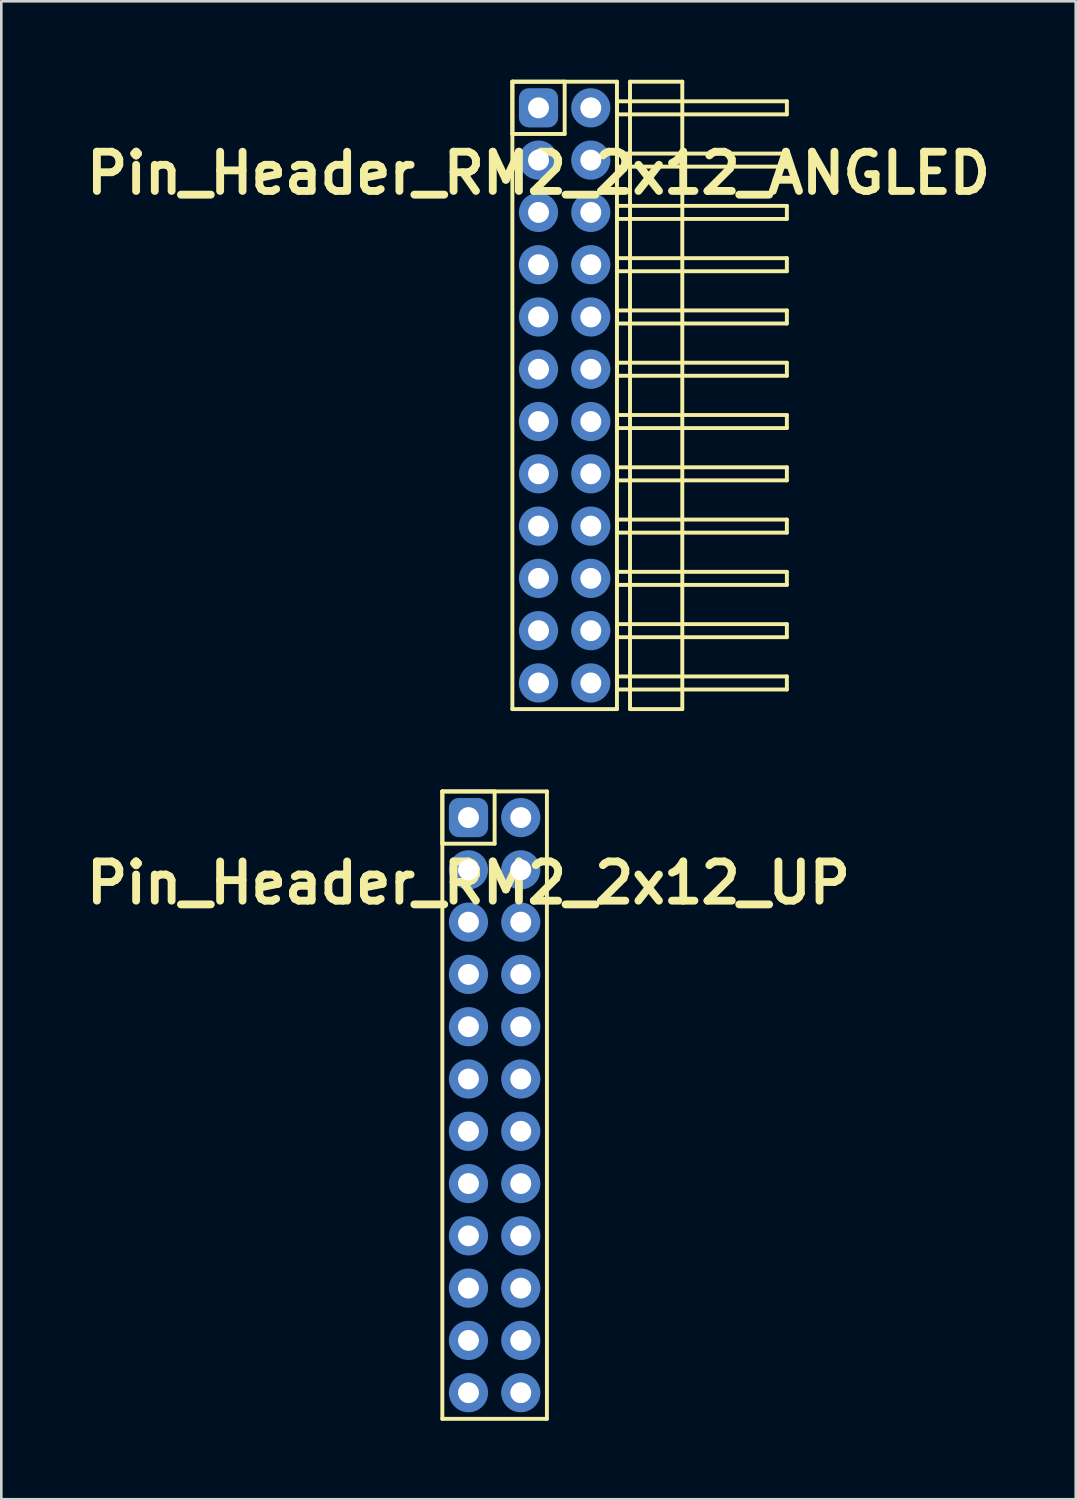
<source format=kicad_pcb>
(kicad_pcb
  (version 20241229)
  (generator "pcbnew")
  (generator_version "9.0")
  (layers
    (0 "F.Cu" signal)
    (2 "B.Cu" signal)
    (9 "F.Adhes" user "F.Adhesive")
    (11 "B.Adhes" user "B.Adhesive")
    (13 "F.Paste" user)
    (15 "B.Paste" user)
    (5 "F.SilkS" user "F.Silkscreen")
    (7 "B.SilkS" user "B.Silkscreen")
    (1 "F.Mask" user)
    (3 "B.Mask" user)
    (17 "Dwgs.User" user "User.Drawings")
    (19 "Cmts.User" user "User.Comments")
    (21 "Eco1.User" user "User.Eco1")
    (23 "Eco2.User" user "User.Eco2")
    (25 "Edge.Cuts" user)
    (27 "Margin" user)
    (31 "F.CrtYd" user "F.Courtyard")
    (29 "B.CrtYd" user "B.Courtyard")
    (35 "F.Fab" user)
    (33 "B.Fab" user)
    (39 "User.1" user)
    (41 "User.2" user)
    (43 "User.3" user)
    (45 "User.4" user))
  (footprint "Pin_Header_RM2_2x12_ANGLED"
    (layer "F.Cu")
    (at 17.55 1.075)
    (property "Reference" "Pin_Header_RM2_2x12_ANGLED" (at 0 2.5 0) (layer "F.SilkS") (effects (font (size 1.5 1.5) (thickness 0.3))))
    (attr through_hole)
    (fp_line (start -1 -1) (end 1 -1) (stroke (width 0.15) (type solid)) (layer "F.SilkS"))
    (fp_line (start -1 -1) (end 3 -1) (stroke (width 0.15) (type solid)) (layer "F.SilkS"))
    (fp_line (start -1 1) (end -1 -1) (stroke (width 0.15) (type solid)) (layer "F.SilkS"))
    (fp_line (start -1 23) (end -1 -1) (stroke (width 0.15) (type solid)) (layer "F.SilkS"))
    (fp_line (start 1 -1) (end 1 1) (stroke (width 0.15) (type solid)) (layer "F.SilkS"))
    (fp_line (start 1 1) (end -1 1) (stroke (width 0.15) (type solid)) (layer "F.SilkS"))
    (fp_line (start 3 -1) (end 3 23) (stroke (width 0.15) (type solid)) (layer "F.SilkS"))
    (fp_line (start 3 -0.25) (end 9.5 -0.25) (stroke (width 0.15) (type solid)) (layer "F.SilkS"))
    (fp_line (start 3 0.25) (end 3 -0.25) (stroke (width 0.15) (type solid)) (layer "F.SilkS"))
    (fp_line (start 3 1.75) (end 9.5 1.75) (stroke (width 0.15) (type solid)) (layer "F.SilkS"))
    (fp_line (start 3 2.25) (end 3 1.75) (stroke (width 0.15) (type solid)) (layer "F.SilkS"))
    (fp_line (start 3 3.75) (end 9.5 3.75) (stroke (width 0.15) (type solid)) (layer "F.SilkS"))
    (fp_line (start 3 4.25) (end 3 3.75) (stroke (width 0.15) (type solid)) (layer "F.SilkS"))
    (fp_line (start 3 5.75) (end 9.5 5.75) (stroke (width 0.15) (type solid)) (layer "F.SilkS"))
    (fp_line (start 3 6.25) (end 3 5.75) (stroke (width 0.15) (type solid)) (layer "F.SilkS"))
    (fp_line (start 3 7.75) (end 9.5 7.75) (stroke (width 0.15) (type solid)) (layer "F.SilkS"))
    (fp_line (start 3 8.25) (end 3 7.75) (stroke (width 0.15) (type solid)) (layer "F.SilkS"))
    (fp_line (start 3 9.75) (end 9.5 9.75) (stroke (width 0.15) (type solid)) (layer "F.SilkS"))
    (fp_line (start 3 10.25) (end 3 9.75) (stroke (width 0.15) (type solid)) (layer "F.SilkS"))
    (fp_line (start 3 11.75) (end 9.5 11.75) (stroke (width 0.15) (type solid)) (layer "F.SilkS"))
    (fp_line (start 3 12.25) (end 3 11.75) (stroke (width 0.15) (type solid)) (layer "F.SilkS"))
    (fp_line (start 3 13.75) (end 9.5 13.75) (stroke (width 0.15) (type solid)) (layer "F.SilkS"))
    (fp_line (start 3 14.25) (end 3 13.75) (stroke (width 0.15) (type solid)) (layer "F.SilkS"))
    (fp_line (start 3 15.75) (end 9.5 15.75) (stroke (width 0.15) (type solid)) (layer "F.SilkS"))
    (fp_line (start 3 16.25) (end 3 15.75) (stroke (width 0.15) (type solid)) (layer "F.SilkS"))
    (fp_line (start 3 17.75) (end 9.5 17.75) (stroke (width 0.15) (type solid)) (layer "F.SilkS"))
    (fp_line (start 3 18.25) (end 3 17.75) (stroke (width 0.15) (type solid)) (layer "F.SilkS"))
    (fp_line (start 3 19.75) (end 9.5 19.75) (stroke (width 0.15) (type solid)) (layer "F.SilkS"))
    (fp_line (start 3 20.25) (end 3 19.75) (stroke (width 0.15) (type solid)) (layer "F.SilkS"))
    (fp_line (start 3 21.75) (end 9.5 21.75) (stroke (width 0.15) (type solid)) (layer "F.SilkS"))
    (fp_line (start 3 22.25) (end 3 21.75) (stroke (width 0.15) (type solid)) (layer "F.SilkS"))
    (fp_line (start 3 23) (end -1 23) (stroke (width 0.15) (type solid)) (layer "F.SilkS"))
    (fp_line (start 3.5 -1) (end 5.5 -1) (stroke (width 0.15) (type solid)) (layer "F.SilkS"))
    (fp_line (start 3.5 23) (end 3.5 -1) (stroke (width 0.15) (type solid)) (layer "F.SilkS"))
    (fp_line (start 5.5 -1) (end 5.5 23) (stroke (width 0.15) (type solid)) (layer "F.SilkS"))
    (fp_line (start 5.5 23) (end 3.5 23) (stroke (width 0.15) (type solid)) (layer "F.SilkS"))
    (fp_line (start 9.5 -0.25) (end 9.5 0.25) (stroke (width 0.15) (type solid)) (layer "F.SilkS"))
    (fp_line (start 9.5 0.25) (end 3 0.25) (stroke (width 0.15) (type solid)) (layer "F.SilkS"))
    (fp_line (start 9.5 1.75) (end 9.5 2.25) (stroke (width 0.15) (type solid)) (layer "F.SilkS"))
    (fp_line (start 9.5 2.25) (end 3 2.25) (stroke (width 0.15) (type solid)) (layer "F.SilkS"))
    (fp_line (start 9.5 3.75) (end 9.5 4.25) (stroke (width 0.15) (type solid)) (layer "F.SilkS"))
    (fp_line (start 9.5 4.25) (end 3 4.25) (stroke (width 0.15) (type solid)) (layer "F.SilkS"))
    (fp_line (start 9.5 5.75) (end 9.5 6.25) (stroke (width 0.15) (type solid)) (layer "F.SilkS"))
    (fp_line (start 9.5 6.25) (end 3 6.25) (stroke (width 0.15) (type solid)) (layer "F.SilkS"))
    (fp_line (start 9.5 7.75) (end 9.5 8.25) (stroke (width 0.15) (type solid)) (layer "F.SilkS"))
    (fp_line (start 9.5 8.25) (end 3 8.25) (stroke (width 0.15) (type solid)) (layer "F.SilkS"))
    (fp_line (start 9.5 9.75) (end 9.5 10.25) (stroke (width 0.15) (type solid)) (layer "F.SilkS"))
    (fp_line (start 9.5 10.25) (end 3 10.25) (stroke (width 0.15) (type solid)) (layer "F.SilkS"))
    (fp_line (start 9.5 11.75) (end 9.5 12.25) (stroke (width 0.15) (type solid)) (layer "F.SilkS"))
    (fp_line (start 9.5 12.25) (end 3 12.25) (stroke (width 0.15) (type solid)) (layer "F.SilkS"))
    (fp_line (start 9.5 13.75) (end 9.5 14.25) (stroke (width 0.15) (type solid)) (layer "F.SilkS"))
    (fp_line (start 9.5 14.25) (end 3 14.25) (stroke (width 0.15) (type solid)) (layer "F.SilkS"))
    (fp_line (start 9.5 15.75) (end 9.5 16.25) (stroke (width 0.15) (type solid)) (layer "F.SilkS"))
    (fp_line (start 9.5 16.25) (end 3 16.25) (stroke (width 0.15) (type solid)) (layer "F.SilkS"))
    (fp_line (start 9.5 17.75) (end 9.5 18.25) (stroke (width 0.15) (type solid)) (layer "F.SilkS"))
    (fp_line (start 9.5 18.25) (end 3 18.25) (stroke (width 0.15) (type solid)) (layer "F.SilkS"))
    (fp_line (start 9.5 19.75) (end 9.5 20.25) (stroke (width 0.15) (type solid)) (layer "F.SilkS"))
    (fp_line (start 9.5 20.25) (end 3 20.25) (stroke (width 0.15) (type solid)) (layer "F.SilkS"))
    (fp_line (start 9.5 21.75) (end 9.5 22.25) (stroke (width 0.15) (type solid)) (layer "F.SilkS"))
    (fp_line (start 9.5 22.25) (end 3 22.25) (stroke (width 0.15) (type solid)) (layer "F.SilkS"))
    (pad "1" thru_hole circle (at 0 0) (size 1.1 1.1) (drill 0.8) (layers "*.Cu" "*.Mask"))
    (pad "1" smd roundrect (at 0 0) (size 1.25 1.25) (layers "F.Cu" "F.Mask") (roundrect_rratio 0.25))
    (pad "1" smd roundrect (at 0 0) (size 1.5 1.5) (layers "B.Cu" "B.Mask") (roundrect_rratio 0.25))
    (pad "2" thru_hole circle (at 2 0) (size 1.1 1.1) (drill 0.8) (layers "*.Cu" "*.Mask"))
    (pad "2" smd circle (at 2 0) (size 1.25 1.25) (layers "F.Cu" "F.Mask"))
    (pad "2" smd circle (at 2 0) (size 1.5 1.5) (layers "B.Cu" "B.Mask"))
    (pad "3" thru_hole circle (at 0 2) (size 1.1 1.1) (drill 0.8) (layers "*.Cu" "*.Mask"))
    (pad "3" smd circle (at 0 2) (size 1.25 1.25) (layers "F.Cu" "F.Mask"))
    (pad "3" smd circle (at 0 2) (size 1.5 1.5) (layers "B.Cu" "B.Mask"))
    (pad "4" thru_hole circle (at 2 2) (size 1.1 1.1) (drill 0.8) (layers "*.Cu" "*.Mask"))
    (pad "4" smd circle (at 2 2) (size 1.25 1.25) (layers "F.Cu" "F.Mask"))
    (pad "4" smd circle (at 2 2) (size 1.5 1.5) (layers "B.Cu" "B.Mask"))
    (pad "5" thru_hole circle (at 0 4) (size 1.1 1.1) (drill 0.8) (layers "*.Cu" "*.Mask"))
    (pad "5" smd circle (at 0 4) (size 1.25 1.25) (layers "F.Cu" "F.Mask"))
    (pad "5" smd circle (at 0 4) (size 1.5 1.5) (layers "B.Cu" "B.Mask"))
    (pad "6" thru_hole circle (at 2 4) (size 1.1 1.1) (drill 0.8) (layers "*.Cu" "*.Mask"))
    (pad "6" smd circle (at 2 4) (size 1.25 1.25) (layers "F.Cu" "F.Mask"))
    (pad "6" smd circle (at 2 4) (size 1.5 1.5) (layers "B.Cu" "B.Mask"))
    (pad "7" thru_hole circle (at 0 6) (size 1.1 1.1) (drill 0.8) (layers "*.Cu" "*.Mask"))
    (pad "7" smd circle (at 0 6) (size 1.25 1.25) (layers "F.Cu" "F.Mask"))
    (pad "7" smd circle (at 0 6) (size 1.5 1.5) (layers "B.Cu" "B.Mask"))
    (pad "8" thru_hole circle (at 2 6) (size 1.1 1.1) (drill 0.8) (layers "*.Cu" "*.Mask"))
    (pad "8" smd circle (at 2 6) (size 1.25 1.25) (layers "F.Cu" "F.Mask"))
    (pad "8" smd circle (at 2 6) (size 1.5 1.5) (layers "B.Cu" "B.Mask"))
    (pad "9" thru_hole circle (at 0 8) (size 1.1 1.1) (drill 0.8) (layers "*.Cu" "*.Mask"))
    (pad "9" smd circle (at 0 8) (size 1.25 1.25) (layers "F.Cu" "F.Mask"))
    (pad "9" smd circle (at 0 8) (size 1.5 1.5) (layers "B.Cu" "B.Mask"))
    (pad "10" thru_hole circle (at 2 8) (size 1.1 1.1) (drill 0.8) (layers "*.Cu" "*.Mask"))
    (pad "10" smd circle (at 2 8) (size 1.25 1.25) (layers "F.Cu" "F.Mask"))
    (pad "10" smd circle (at 2 8) (size 1.5 1.5) (layers "B.Cu" "B.Mask"))
    (pad "11" thru_hole circle (at 0 10) (size 1.1 1.1) (drill 0.8) (layers "*.Cu" "*.Mask"))
    (pad "11" smd circle (at 0 10) (size 1.25 1.25) (layers "F.Cu" "F.Mask"))
    (pad "11" smd circle (at 0 10) (size 1.5 1.5) (layers "B.Cu" "B.Mask"))
    (pad "12" thru_hole circle (at 2 10) (size 1.1 1.1) (drill 0.8) (layers "*.Cu" "*.Mask"))
    (pad "12" smd circle (at 2 10) (size 1.25 1.25) (layers "F.Cu" "F.Mask"))
    (pad "12" smd circle (at 2 10) (size 1.5 1.5) (layers "B.Cu" "B.Mask"))
    (pad "13" thru_hole circle (at 0 12) (size 1.1 1.1) (drill 0.8) (layers "*.Cu" "*.Mask"))
    (pad "13" smd circle (at 0 12) (size 1.25 1.25) (layers "F.Cu" "F.Mask"))
    (pad "13" smd circle (at 0 12) (size 1.5 1.5) (layers "B.Cu" "B.Mask"))
    (pad "14" thru_hole circle (at 2 12) (size 1.1 1.1) (drill 0.8) (layers "*.Cu" "*.Mask"))
    (pad "14" smd circle (at 2 12) (size 1.25 1.25) (layers "F.Cu" "F.Mask"))
    (pad "14" smd circle (at 2 12) (size 1.5 1.5) (layers "B.Cu" "B.Mask"))
    (pad "15" thru_hole circle (at 0 14) (size 1.1 1.1) (drill 0.8) (layers "*.Cu" "*.Mask"))
    (pad "15" smd circle (at 0 14) (size 1.25 1.25) (layers "F.Cu" "F.Mask"))
    (pad "15" smd circle (at 0 14) (size 1.5 1.5) (layers "B.Cu" "B.Mask"))
    (pad "16" thru_hole circle (at 2 14) (size 1.1 1.1) (drill 0.8) (layers "*.Cu" "*.Mask"))
    (pad "16" smd circle (at 2 14) (size 1.25 1.25) (layers "F.Cu" "F.Mask"))
    (pad "16" smd circle (at 2 14) (size 1.5 1.5) (layers "B.Cu" "B.Mask"))
    (pad "17" thru_hole circle (at 0 16) (size 1.1 1.1) (drill 0.8) (layers "*.Cu" "*.Mask"))
    (pad "17" smd circle (at 0 16) (size 1.25 1.25) (layers "F.Cu" "F.Mask"))
    (pad "17" smd circle (at 0 16) (size 1.5 1.5) (layers "B.Cu" "B.Mask"))
    (pad "18" thru_hole circle (at 2 16) (size 1.1 1.1) (drill 0.8) (layers "*.Cu" "*.Mask"))
    (pad "18" smd circle (at 2 16) (size 1.25 1.25) (layers "F.Cu" "F.Mask"))
    (pad "18" smd circle (at 2 16) (size 1.5 1.5) (layers "B.Cu" "B.Mask"))
    (pad "19" thru_hole circle (at 0 18) (size 1.1 1.1) (drill 0.8) (layers "*.Cu" "*.Mask"))
    (pad "19" smd circle (at 0 18) (size 1.25 1.25) (layers "F.Cu" "F.Mask"))
    (pad "19" smd circle (at 0 18) (size 1.5 1.5) (layers "B.Cu" "B.Mask"))
    (pad "20" thru_hole circle (at 2 18) (size 1.1 1.1) (drill 0.8) (layers "*.Cu" "*.Mask"))
    (pad "20" smd circle (at 2 18) (size 1.25 1.25) (layers "F.Cu" "F.Mask"))
    (pad "20" smd circle (at 2 18) (size 1.5 1.5) (layers "B.Cu" "B.Mask"))
    (pad "21" thru_hole circle (at 0 20) (size 1.1 1.1) (drill 0.8) (layers "*.Cu" "*.Mask"))
    (pad "21" smd circle (at 0 20) (size 1.25 1.25) (layers "F.Cu" "F.Mask"))
    (pad "21" smd circle (at 0 20) (size 1.5 1.5) (layers "B.Cu" "B.Mask"))
    (pad "22" thru_hole circle (at 2 20) (size 1.1 1.1) (drill 0.8) (layers "*.Cu" "*.Mask"))
    (pad "22" smd circle (at 2 20) (size 1.25 1.25) (layers "F.Cu" "F.Mask"))
    (pad "22" smd circle (at 2 20) (size 1.5 1.5) (layers "B.Cu" "B.Mask"))
    (pad "23" thru_hole circle (at 0 22) (size 1.1 1.1) (drill 0.8) (layers "*.Cu" "*.Mask"))
    (pad "23" smd circle (at 0 22) (size 1.25 1.25) (layers "F.Cu" "F.Mask"))
    (pad "23" smd circle (at 0 22) (size 1.5 1.5) (layers "B.Cu" "B.Mask"))
    (pad "24" thru_hole circle (at 2 22) (size 1.1 1.1) (drill 0.8) (layers "*.Cu" "*.Mask"))
    (pad "24" smd circle (at 2 22) (size 1.25 1.25) (layers "F.Cu" "F.Mask"))
    (pad "24" smd circle (at 2 22) (size 1.5 1.5) (layers "B.Cu" "B.Mask")))
  (footprint "Pin_Header_RM2_2x12_UP"
    (layer "F.Cu")
    (at 14.871 28.225)
    (property "Reference" "Pin_Header_RM2_2x12_UP" (at 0 2.5 0) (layer "F.SilkS") (effects (font (size 1.5 1.5) (thickness 0.3))))
    (attr through_hole)
    (fp_line (start -1 -1) (end 1 -1) (stroke (width 0.15) (type solid)) (layer "F.SilkS"))
    (fp_line (start -1 -1) (end 3 -1) (stroke (width 0.15) (type solid)) (layer "F.SilkS"))
    (fp_line (start -1 1) (end -1 -1) (stroke (width 0.15) (type solid)) (layer "F.SilkS"))
    (fp_line (start -1 23) (end -1 -1) (stroke (width 0.15) (type solid)) (layer "F.SilkS"))
    (fp_line (start 1 -1) (end 1 1) (stroke (width 0.15) (type solid)) (layer "F.SilkS"))
    (fp_line (start 1 1) (end -1 1) (stroke (width 0.15) (type solid)) (layer "F.SilkS"))
    (fp_line (start 3 -1) (end 3 23) (stroke (width 0.15) (type solid)) (layer "F.SilkS"))
    (fp_line (start 3 23) (end -1 23) (stroke (width 0.15) (type solid)) (layer "F.SilkS"))
    (pad "1" thru_hole circle (at 0 0) (size 1.1 1.1) (drill 0.8) (layers "*.Cu" "*.Mask"))
    (pad "1" smd roundrect (at 0 0) (size 1.25 1.25) (layers "F.Cu" "F.Mask") (roundrect_rratio 0.25))
    (pad "1" smd roundrect (at 0 0) (size 1.5 1.5) (layers "B.Cu" "B.Mask") (roundrect_rratio 0.25))
    (pad "2" thru_hole circle (at 2 0) (size 1.1 1.1) (drill 0.8) (layers "*.Cu" "*.Mask"))
    (pad "2" smd circle (at 2 0) (size 1.25 1.25) (layers "F.Cu" "F.Mask"))
    (pad "2" smd circle (at 2 0) (size 1.5 1.5) (layers "B.Cu" "B.Mask"))
    (pad "3" thru_hole circle (at 0 2) (size 1.1 1.1) (drill 0.8) (layers "*.Cu" "*.Mask"))
    (pad "3" smd circle (at 0 2) (size 1.25 1.25) (layers "F.Cu" "F.Mask"))
    (pad "3" smd circle (at 0 2) (size 1.5 1.5) (layers "B.Cu" "B.Mask"))
    (pad "4" thru_hole circle (at 2 2) (size 1.1 1.1) (drill 0.8) (layers "*.Cu" "*.Mask"))
    (pad "4" smd circle (at 2 2) (size 1.25 1.25) (layers "F.Cu" "F.Mask"))
    (pad "4" smd circle (at 2 2) (size 1.5 1.5) (layers "B.Cu" "B.Mask"))
    (pad "5" thru_hole circle (at 0 4) (size 1.1 1.1) (drill 0.8) (layers "*.Cu" "*.Mask"))
    (pad "5" smd circle (at 0 4) (size 1.25 1.25) (layers "F.Cu" "F.Mask"))
    (pad "5" smd circle (at 0 4) (size 1.5 1.5) (layers "B.Cu" "B.Mask"))
    (pad "6" thru_hole circle (at 2 4) (size 1.1 1.1) (drill 0.8) (layers "*.Cu" "*.Mask"))
    (pad "6" smd circle (at 2 4) (size 1.25 1.25) (layers "F.Cu" "F.Mask"))
    (pad "6" smd circle (at 2 4) (size 1.5 1.5) (layers "B.Cu" "B.Mask"))
    (pad "7" thru_hole circle (at 0 6) (size 1.1 1.1) (drill 0.8) (layers "*.Cu" "*.Mask"))
    (pad "7" smd circle (at 0 6) (size 1.25 1.25) (layers "F.Cu" "F.Mask"))
    (pad "7" smd circle (at 0 6) (size 1.5 1.5) (layers "B.Cu" "B.Mask"))
    (pad "8" thru_hole circle (at 2 6) (size 1.1 1.1) (drill 0.8) (layers "*.Cu" "*.Mask"))
    (pad "8" smd circle (at 2 6) (size 1.25 1.25) (layers "F.Cu" "F.Mask"))
    (pad "8" smd circle (at 2 6) (size 1.5 1.5) (layers "B.Cu" "B.Mask"))
    (pad "9" thru_hole circle (at 0 8) (size 1.1 1.1) (drill 0.8) (layers "*.Cu" "*.Mask"))
    (pad "9" smd circle (at 0 8) (size 1.25 1.25) (layers "F.Cu" "F.Mask"))
    (pad "9" smd circle (at 0 8) (size 1.5 1.5) (layers "B.Cu" "B.Mask"))
    (pad "10" thru_hole circle (at 2 8) (size 1.1 1.1) (drill 0.8) (layers "*.Cu" "*.Mask"))
    (pad "10" smd circle (at 2 8) (size 1.25 1.25) (layers "F.Cu" "F.Mask"))
    (pad "10" smd circle (at 2 8) (size 1.5 1.5) (layers "B.Cu" "B.Mask"))
    (pad "11" thru_hole circle (at 0 10) (size 1.1 1.1) (drill 0.8) (layers "*.Cu" "*.Mask"))
    (pad "11" smd circle (at 0 10) (size 1.25 1.25) (layers "F.Cu" "F.Mask"))
    (pad "11" smd circle (at 0 10) (size 1.5 1.5) (layers "B.Cu" "B.Mask"))
    (pad "12" thru_hole circle (at 2 10) (size 1.1 1.1) (drill 0.8) (layers "*.Cu" "*.Mask"))
    (pad "12" smd circle (at 2 10) (size 1.25 1.25) (layers "F.Cu" "F.Mask"))
    (pad "12" smd circle (at 2 10) (size 1.5 1.5) (layers "B.Cu" "B.Mask"))
    (pad "13" thru_hole circle (at 0 12) (size 1.1 1.1) (drill 0.8) (layers "*.Cu" "*.Mask"))
    (pad "13" smd circle (at 0 12) (size 1.25 1.25) (layers "F.Cu" "F.Mask"))
    (pad "13" smd circle (at 0 12) (size 1.5 1.5) (layers "B.Cu" "B.Mask"))
    (pad "14" thru_hole circle (at 2 12) (size 1.1 1.1) (drill 0.8) (layers "*.Cu" "*.Mask"))
    (pad "14" smd circle (at 2 12) (size 1.25 1.25) (layers "F.Cu" "F.Mask"))
    (pad "14" smd circle (at 2 12) (size 1.5 1.5) (layers "B.Cu" "B.Mask"))
    (pad "15" thru_hole circle (at 0 14) (size 1.1 1.1) (drill 0.8) (layers "*.Cu" "*.Mask"))
    (pad "15" smd circle (at 0 14) (size 1.25 1.25) (layers "F.Cu" "F.Mask"))
    (pad "15" smd circle (at 0 14) (size 1.5 1.5) (layers "B.Cu" "B.Mask"))
    (pad "16" thru_hole circle (at 2 14) (size 1.1 1.1) (drill 0.8) (layers "*.Cu" "*.Mask"))
    (pad "16" smd circle (at 2 14) (size 1.25 1.25) (layers "F.Cu" "F.Mask"))
    (pad "16" smd circle (at 2 14) (size 1.5 1.5) (layers "B.Cu" "B.Mask"))
    (pad "17" thru_hole circle (at 0 16) (size 1.1 1.1) (drill 0.8) (layers "*.Cu" "*.Mask"))
    (pad "17" smd circle (at 0 16) (size 1.25 1.25) (layers "F.Cu" "F.Mask"))
    (pad "17" smd circle (at 0 16) (size 1.5 1.5) (layers "B.Cu" "B.Mask"))
    (pad "18" thru_hole circle (at 2 16) (size 1.1 1.1) (drill 0.8) (layers "*.Cu" "*.Mask"))
    (pad "18" smd circle (at 2 16) (size 1.25 1.25) (layers "F.Cu" "F.Mask"))
    (pad "18" smd circle (at 2 16) (size 1.5 1.5) (layers "B.Cu" "B.Mask"))
    (pad "19" thru_hole circle (at 0 18) (size 1.1 1.1) (drill 0.8) (layers "*.Cu" "*.Mask"))
    (pad "19" smd circle (at 0 18) (size 1.25 1.25) (layers "F.Cu" "F.Mask"))
    (pad "19" smd circle (at 0 18) (size 1.5 1.5) (layers "B.Cu" "B.Mask"))
    (pad "20" thru_hole circle (at 2 18) (size 1.1 1.1) (drill 0.8) (layers "*.Cu" "*.Mask"))
    (pad "20" smd circle (at 2 18) (size 1.25 1.25) (layers "F.Cu" "F.Mask"))
    (pad "20" smd circle (at 2 18) (size 1.5 1.5) (layers "B.Cu" "B.Mask"))
    (pad "21" thru_hole circle (at 0 20) (size 1.1 1.1) (drill 0.8) (layers "*.Cu" "*.Mask"))
    (pad "21" smd circle (at 0 20) (size 1.25 1.25) (layers "F.Cu" "F.Mask"))
    (pad "21" smd circle (at 0 20) (size 1.5 1.5) (layers "B.Cu" "B.Mask"))
    (pad "22" thru_hole circle (at 2 20) (size 1.1 1.1) (drill 0.8) (layers "*.Cu" "*.Mask"))
    (pad "22" smd circle (at 2 20) (size 1.25 1.25) (layers "F.Cu" "F.Mask"))
    (pad "22" smd circle (at 2 20) (size 1.5 1.5) (layers "B.Cu" "B.Mask"))
    (pad "23" thru_hole circle (at 0 22) (size 1.1 1.1) (drill 0.8) (layers "*.Cu" "*.Mask"))
    (pad "23" smd circle (at 0 22) (size 1.25 1.25) (layers "F.Cu" "F.Mask"))
    (pad "23" smd circle (at 0 22) (size 1.5 1.5) (layers "B.Cu" "B.Mask"))
    (pad "24" thru_hole circle (at 2 22) (size 1.1 1.1) (drill 0.8) (layers "*.Cu" "*.Mask"))
    (pad "24" smd circle (at 2 22) (size 1.25 1.25) (layers "F.Cu" "F.Mask"))
    (pad "24" smd circle (at 2 22) (size 1.5 1.5) (layers "B.Cu" "B.Mask")))
  (gr_rect
    (start -3 -3)
    (end 38.1 54.3)
    (stroke (width 0.1) (type default))
    (fill no)
    (layer "Edge.Cuts")))
</source>
